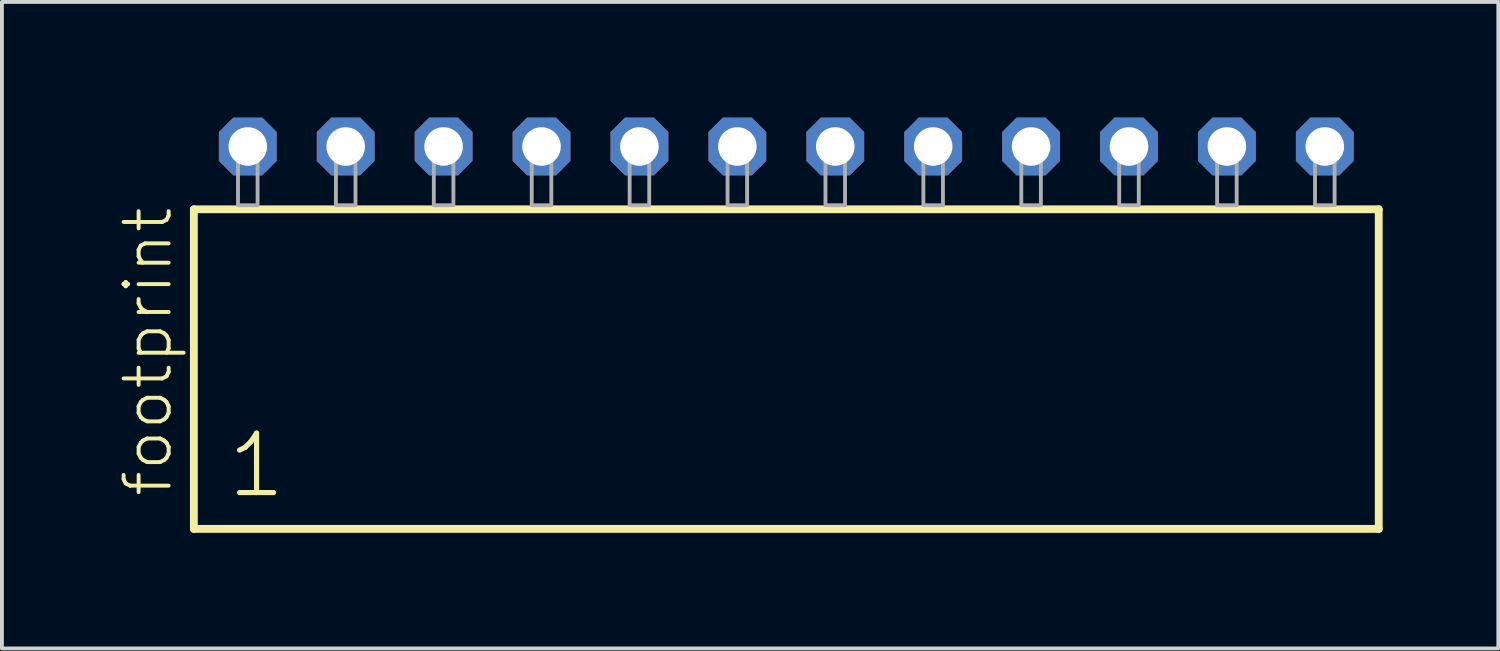
<source format=kicad_pcb>
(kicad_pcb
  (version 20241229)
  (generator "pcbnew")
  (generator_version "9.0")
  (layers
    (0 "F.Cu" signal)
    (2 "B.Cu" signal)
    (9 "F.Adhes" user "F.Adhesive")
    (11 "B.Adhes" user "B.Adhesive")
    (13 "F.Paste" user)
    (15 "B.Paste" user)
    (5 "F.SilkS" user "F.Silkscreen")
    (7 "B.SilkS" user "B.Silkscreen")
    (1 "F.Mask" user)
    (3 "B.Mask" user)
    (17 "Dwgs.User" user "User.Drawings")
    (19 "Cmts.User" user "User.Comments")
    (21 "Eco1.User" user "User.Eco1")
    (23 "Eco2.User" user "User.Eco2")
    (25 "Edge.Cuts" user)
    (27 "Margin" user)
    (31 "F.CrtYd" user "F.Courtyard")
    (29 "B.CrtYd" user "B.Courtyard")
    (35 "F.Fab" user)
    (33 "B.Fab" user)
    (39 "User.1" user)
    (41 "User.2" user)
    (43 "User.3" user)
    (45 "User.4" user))
  (footprint "footprint"
    (layer "F.Cu")
    (at 17.348 2.274)
    (property "Reference" "footprint" (at -15.875 7.62 90) (layer "F.SilkS") (effects (font (size 1.168 1.168) (thickness 0.102)) (justify left bottom)))
    (fp_line (start -15.369 0.106) (end -15.369 8.396) (stroke (width 0.203) (type solid)) (layer "F.SilkS"))
    (fp_line (start -15.369 8.396) (end 15.369 8.396) (stroke (width 0.203) (type solid)) (layer "F.SilkS"))
    (fp_line (start 15.369 0.106) (end -15.369 0.106) (stroke (width 0.203) (type solid)) (layer "F.SilkS"))
    (fp_line (start 15.369 8.396) (end 15.369 0.106) (stroke (width 0.203) (type solid)) (layer "F.SilkS"))
    (fp_poly (pts (xy -14.224 0) (xy -13.716 0) (xy -13.716 -1.778) (xy -14.224 -1.778)) (stroke (width 0.1) (type solid)) (fill no) (layer "F.Fab"))
    (fp_poly (pts (xy -11.684 0) (xy -11.176 0) (xy -11.176 -1.778) (xy -11.684 -1.778)) (stroke (width 0.1) (type solid)) (fill no) (layer "F.Fab"))
    (fp_poly (pts (xy -9.144 0) (xy -8.636 0) (xy -8.636 -1.778) (xy -9.144 -1.778)) (stroke (width 0.1) (type solid)) (fill no) (layer "F.Fab"))
    (fp_poly (pts (xy -6.604 0) (xy -6.096 0) (xy -6.096 -1.778) (xy -6.604 -1.778)) (stroke (width 0.1) (type solid)) (fill no) (layer "F.Fab"))
    (fp_poly (pts (xy -4.064 0) (xy -3.556 0) (xy -3.556 -1.778) (xy -4.064 -1.778)) (stroke (width 0.1) (type solid)) (fill no) (layer "F.Fab"))
    (fp_poly (pts (xy -1.524 0) (xy -1.016 0) (xy -1.016 -1.778) (xy -1.524 -1.778)) (stroke (width 0.1) (type solid)) (fill no) (layer "F.Fab"))
    (fp_poly (pts (xy 1.016 0) (xy 1.524 0) (xy 1.524 -1.778) (xy 1.016 -1.778)) (stroke (width 0.1) (type solid)) (fill no) (layer "F.Fab"))
    (fp_poly (pts (xy 3.556 0) (xy 4.064 0) (xy 4.064 -1.778) (xy 3.556 -1.778)) (stroke (width 0.1) (type solid)) (fill no) (layer "F.Fab"))
    (fp_poly (pts (xy 6.096 0) (xy 6.604 0) (xy 6.604 -1.778) (xy 6.096 -1.778)) (stroke (width 0.1) (type solid)) (fill no) (layer "F.Fab"))
    (fp_poly (pts (xy 8.636 0) (xy 9.144 0) (xy 9.144 -1.778) (xy 8.636 -1.778)) (stroke (width 0.1) (type solid)) (fill no) (layer "F.Fab"))
    (fp_poly (pts (xy 11.176 0) (xy 11.684 0) (xy 11.684 -1.778) (xy 11.176 -1.778)) (stroke (width 0.1) (type solid)) (fill no) (layer "F.Fab"))
    (fp_poly (pts (xy 13.716 0) (xy 14.224 0) (xy 14.224 -1.778) (xy 13.716 -1.778)) (stroke (width 0.1) (type solid)) (fill no) (layer "F.Fab"))
    (fp_text user "1" (at -14.565 7.65 0) (layer "F.SilkS") (effects (font (size 1.542 1.542) (thickness 0.134)) (justify left bottom)))
    (pad "1" thru_hole roundrect (at -13.97 -1.524) (size 1.5 1.5) (drill 1) (layers "*.Cu" "*.Mask") (roundrect_rratio 0.25) (chamfer_ratio 0.25) (chamfer top_left top_right bottom_left bottom_right))
    (pad "2" thru_hole roundrect (at -11.43 -1.524) (size 1.5 1.5) (drill 1) (layers "*.Cu" "*.Mask") (roundrect_rratio 0.25) (chamfer_ratio 0.25) (chamfer top_left top_right bottom_left bottom_right))
    (pad "3" thru_hole roundrect (at -8.89 -1.524) (size 1.5 1.5) (drill 1) (layers "*.Cu" "*.Mask") (roundrect_rratio 0.25) (chamfer_ratio 0.25) (chamfer top_left top_right bottom_left bottom_right))
    (pad "4" thru_hole roundrect (at -6.35 -1.524) (size 1.5 1.5) (drill 1) (layers "*.Cu" "*.Mask") (roundrect_rratio 0.25) (chamfer_ratio 0.25) (chamfer top_left top_right bottom_left bottom_right))
    (pad "5" thru_hole roundrect (at -3.81 -1.524) (size 1.5 1.5) (drill 1) (layers "*.Cu" "*.Mask") (roundrect_rratio 0.25) (chamfer_ratio 0.25) (chamfer top_left top_right bottom_left bottom_right))
    (pad "6" thru_hole roundrect (at -1.27 -1.524) (size 1.5 1.5) (drill 1) (layers "*.Cu" "*.Mask") (roundrect_rratio 0.25) (chamfer_ratio 0.25) (chamfer top_left top_right bottom_left bottom_right))
    (pad "7" thru_hole roundrect (at 1.27 -1.524) (size 1.5 1.5) (drill 1) (layers "*.Cu" "*.Mask") (roundrect_rratio 0.25) (chamfer_ratio 0.25) (chamfer top_left top_right bottom_left bottom_right))
    (pad "8" thru_hole roundrect (at 3.81 -1.524) (size 1.5 1.5) (drill 1) (layers "*.Cu" "*.Mask") (roundrect_rratio 0.25) (chamfer_ratio 0.25) (chamfer top_left top_right bottom_left bottom_right))
    (pad "9" thru_hole roundrect (at 6.35 -1.524) (size 1.5 1.5) (drill 1) (layers "*.Cu" "*.Mask") (roundrect_rratio 0.25) (chamfer_ratio 0.25) (chamfer top_left top_right bottom_left bottom_right))
    (pad "10" thru_hole roundrect (at 8.89 -1.524) (size 1.5 1.5) (drill 1) (layers "*.Cu" "*.Mask") (roundrect_rratio 0.25) (chamfer_ratio 0.25) (chamfer top_left top_right bottom_left bottom_right))
    (pad "11" thru_hole roundrect (at 11.43 -1.524) (size 1.5 1.5) (drill 1) (layers "*.Cu" "*.Mask") (roundrect_rratio 0.25) (chamfer_ratio 0.25) (chamfer top_left top_right bottom_left bottom_right))
    (pad "12" thru_hole roundrect (at 13.97 -1.524) (size 1.5 1.5) (drill 1) (layers "*.Cu" "*.Mask") (roundrect_rratio 0.25) (chamfer_ratio 0.25) (chamfer top_left top_right bottom_left bottom_right)))
  (gr_rect
    (start -3 -3)
    (end 35.819 13.772)
    (stroke (width 0.1) (type default))
    (fill no)
    (layer "Edge.Cuts")))
</source>
